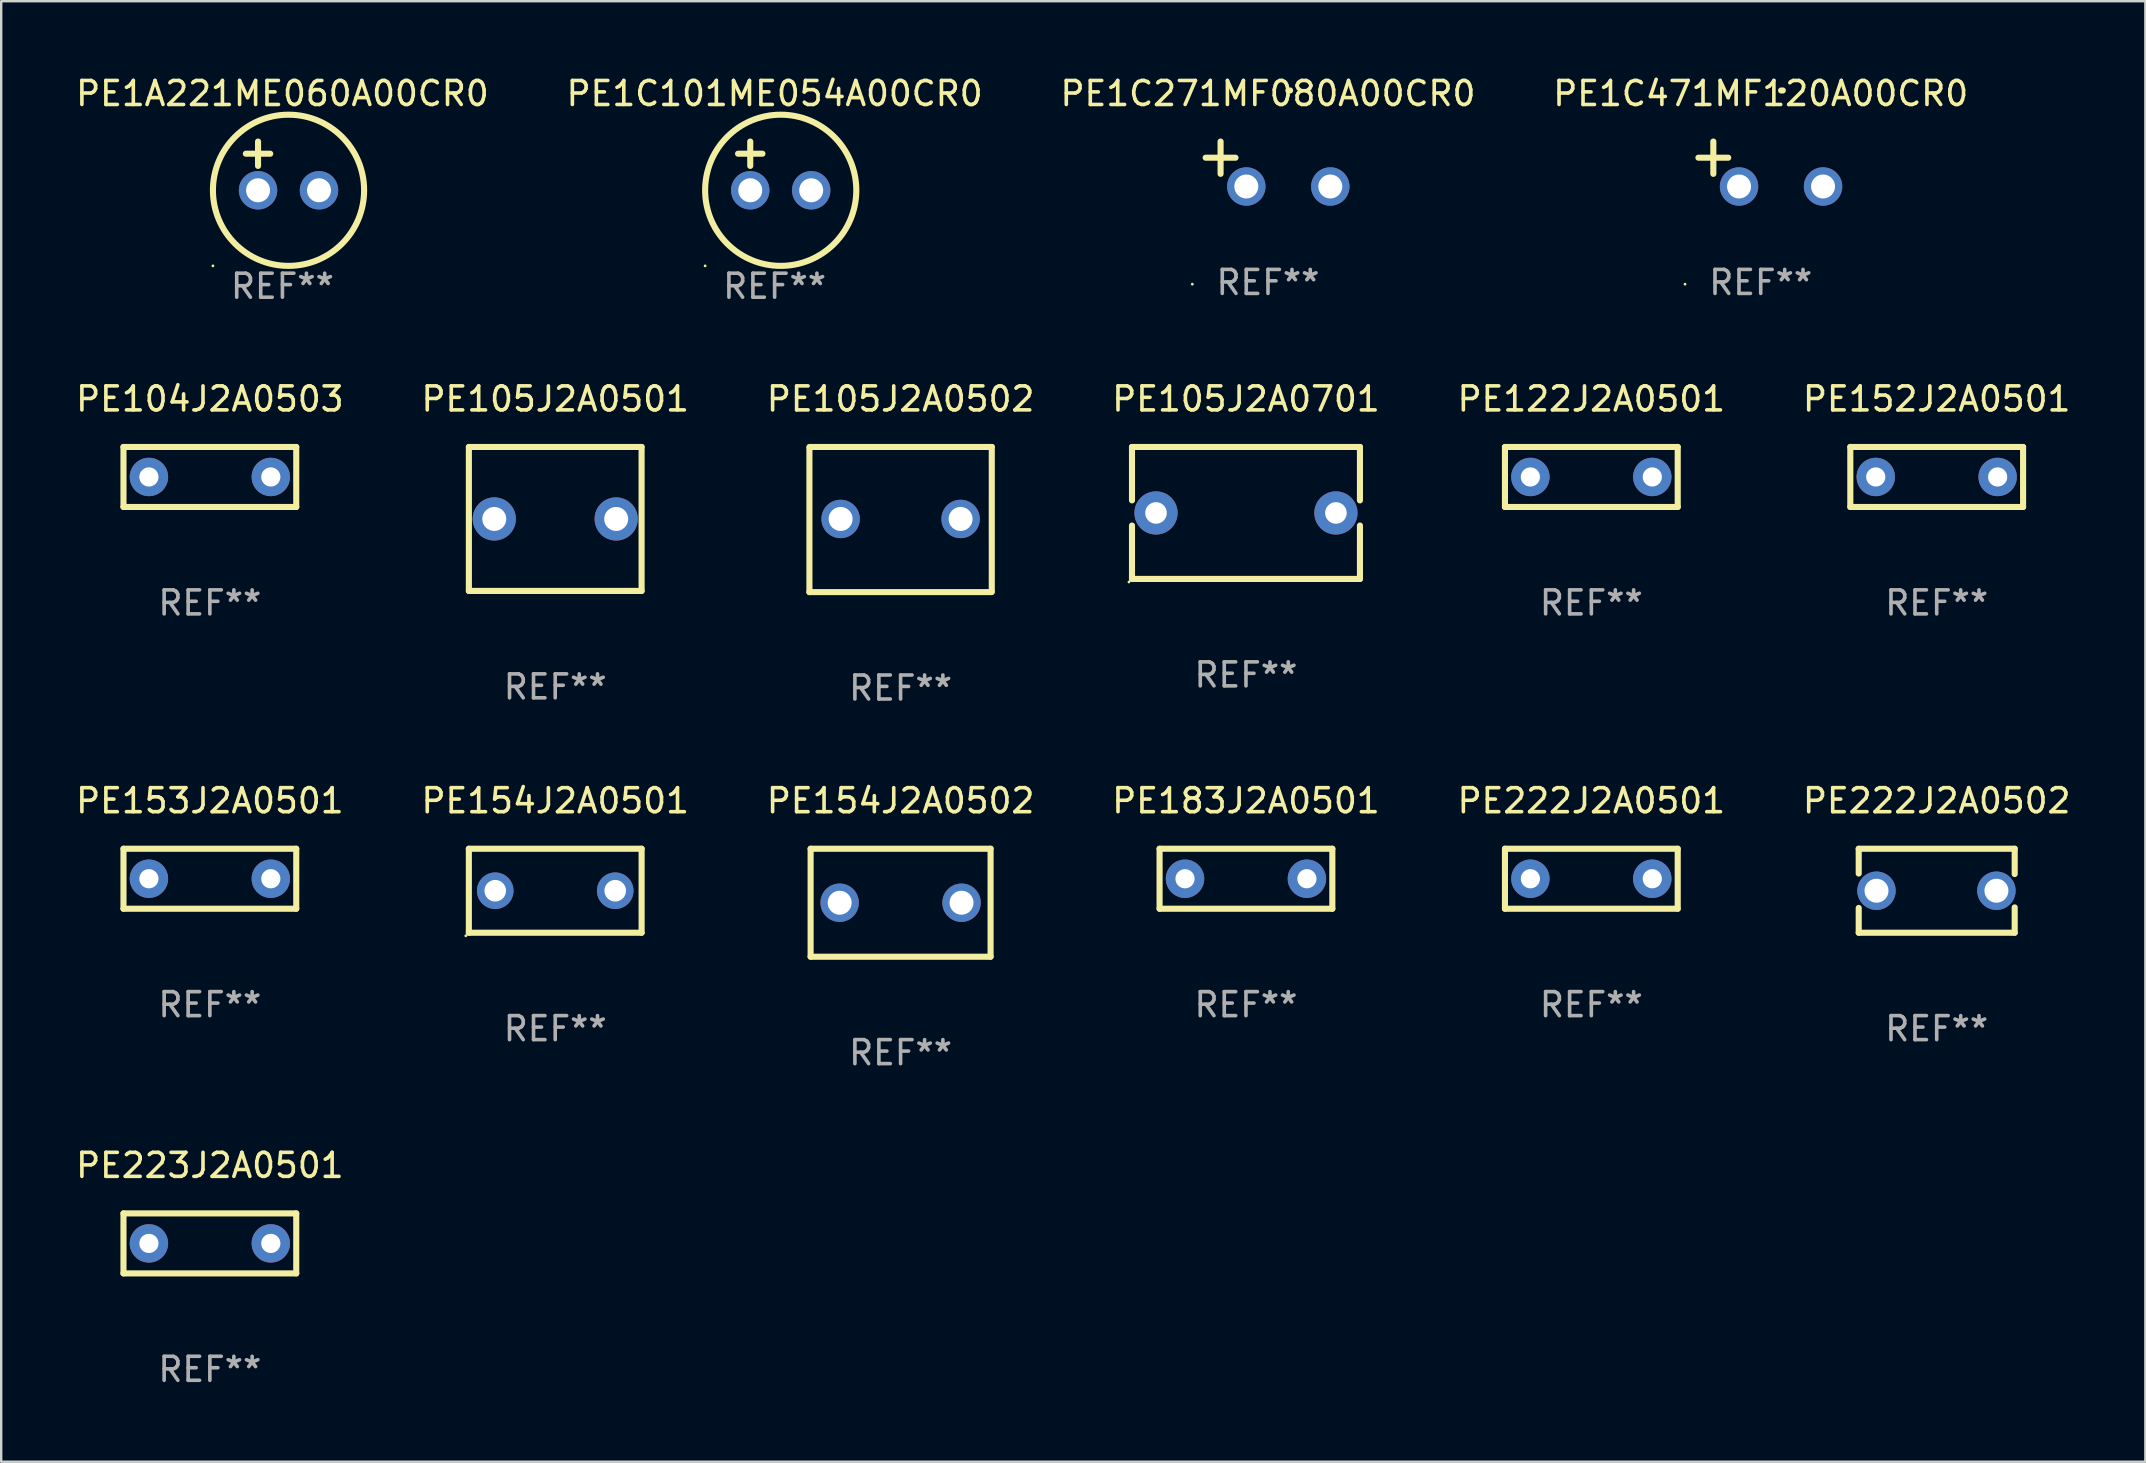
<source format=kicad_pcb>
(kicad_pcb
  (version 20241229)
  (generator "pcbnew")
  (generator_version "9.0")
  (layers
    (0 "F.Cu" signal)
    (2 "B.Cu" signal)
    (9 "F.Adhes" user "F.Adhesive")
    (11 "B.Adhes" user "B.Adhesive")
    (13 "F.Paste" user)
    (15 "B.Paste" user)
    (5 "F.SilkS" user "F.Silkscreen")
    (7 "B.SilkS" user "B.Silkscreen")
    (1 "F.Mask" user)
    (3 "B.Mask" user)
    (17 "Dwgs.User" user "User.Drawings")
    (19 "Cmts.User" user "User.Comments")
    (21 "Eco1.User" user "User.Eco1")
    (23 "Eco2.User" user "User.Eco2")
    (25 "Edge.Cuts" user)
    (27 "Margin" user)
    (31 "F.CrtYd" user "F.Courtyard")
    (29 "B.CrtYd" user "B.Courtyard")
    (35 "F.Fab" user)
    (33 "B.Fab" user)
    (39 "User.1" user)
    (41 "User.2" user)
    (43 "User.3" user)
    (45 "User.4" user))
  (footprint "PE1C101ME054A00CR0"
    (layer "F.Cu")
    (at 29.232 3.864)
    (property "Reference" "PE1C101ME054A00CR0" (at 0 -3.016 0) (layer "F.SilkS") (effects (font (size 1 1) (thickness 0.15))))
    (attr through_hole)
    (fp_line (start -1.524 -0.508) (end -0.508 -0.508) (stroke (width 0.254) (type solid)) (layer "F.SilkS"))
    (fp_line (start -1.016 -1.016) (end -1.016 0) (stroke (width 0.254) (type solid)) (layer "F.SilkS"))
    (fp_circle (center -2.896 4.166) (end -2.866 4.166) (stroke (width 0.06) (type solid)) (fill no) (layer "F.SilkS"))
    (fp_circle (center 0.254 1.016) (end 3.404 1.016) (stroke (width 0.254) (type solid)) (fill no) (layer "F.SilkS"))
    (fp_text user "REF**" (at 0 5.016 0) (layer "F.Fab") (effects (font (size 1 1) (thickness 0.15))))
    (pad "1" thru_hole circle (at -1.016 1.016) (size 1.6 1.6) (drill 1) (layers "*.Cu" "*.Mask"))
    (pad "2" thru_hole circle (at 1.524 1.016) (size 1.6 1.6) (drill 1) (layers "*.Cu" "*.Mask")))
  (footprint "PE105J2A0701"
    (layer "F.Cu")
    (at 48.875 18.327)
    (property "Reference" "PE105J2A0701" (at 0 -4.75 0) (layer "F.SilkS") (effects (font (size 1 1) (thickness 0.15))))
    (attr through_hole)
    (fp_line (start -4.75 -2.75) (end 4.75 -2.75) (stroke (width 0.254) (type solid)) (layer "F.SilkS"))
    (fp_line (start -4.75 -0.524) (end -4.75 -2.75) (stroke (width 0.254) (type solid)) (layer "F.SilkS"))
    (fp_line (start -4.75 2.75) (end -4.75 0.524) (stroke (width 0.254) (type solid)) (layer "F.SilkS"))
    (fp_line (start 4.75 -2.75) (end 4.75 -0.524) (stroke (width 0.254) (type solid)) (layer "F.SilkS"))
    (fp_line (start 4.75 0.524) (end 4.75 2.75) (stroke (width 0.254) (type solid)) (layer "F.SilkS"))
    (fp_line (start 4.75 2.75) (end -4.75 2.75) (stroke (width 0.254) (type solid)) (layer "F.SilkS"))
    (fp_circle (center -4.877 2.877) (end -4.847 2.877) (stroke (width 0.06) (type solid)) (fill no) (layer "F.SilkS"))
    (fp_text user "REF**" (at 0 6.75 0) (layer "F.Fab") (effects (font (size 1 1) (thickness 0.15))))
    (pad "1" thru_hole circle (at -3.749 0) (size 1.8 1.8) (drill 0.9) (layers "*.Cu" "*.Mask"))
    (pad "2" thru_hole circle (at 3.749 0) (size 1.8 1.8) (drill 0.9) (layers "*.Cu" "*.Mask")))
  (footprint "PE222J2A0501"
    (layer "F.Cu")
    (at 63.268 33.571)
    (property "Reference" "PE222J2A0501" (at 0 -3.25 0) (layer "F.SilkS") (effects (font (size 1 1) (thickness 0.15))))
    (attr through_hole)
    (fp_line (start -3.6 -1.25) (end -3.6 1.25) (stroke (width 0.254) (type solid)) (layer "F.SilkS"))
    (fp_line (start -3.6 -1.25) (end 3.6 -1.25) (stroke (width 0.254) (type solid)) (layer "F.SilkS"))
    (fp_line (start 3.6 1.25) (end -3.6 1.25) (stroke (width 0.254) (type solid)) (layer "F.SilkS"))
    (fp_line (start 3.6 1.25) (end 3.6 -1.25) (stroke (width 0.254) (type solid)) (layer "F.SilkS"))
    (fp_circle (center -3.6 1.25) (end -3.57 1.25) (stroke (width 0.06) (type solid)) (fill no) (layer "F.SilkS"))
    (fp_text user "REF**" (at 0 5.25 0) (layer "F.Fab") (effects (font (size 1 1) (thickness 0.15))))
    (pad "1" thru_hole circle (at -2.54 0) (size 1.6 1.6) (drill 0.8) (layers "*.Cu" "*.Mask"))
    (pad "2" thru_hole circle (at 2.54 0) (size 1.6 1.6) (drill 0.8) (layers "*.Cu" "*.Mask")))
  (footprint "PE1C471MF120A00CR0"
    (layer "F.Cu")
    (at 70.327 3.785)
    (property "Reference" "PE1C471MF120A00CR0" (at 0 -2.937 0) (layer "F.SilkS") (effects (font (size 1 1) (thickness 0.15))))
    (attr through_hole)
    (fp_line (start -1.975 0.41) (end -1.975 -0.937) (stroke (width 0.254) (type solid)) (layer "F.SilkS"))
    (fp_line (start -1.353 -0.263) (end -2.597 -0.263) (stroke (width 0.254) (type solid)) (layer "F.SilkS"))
    (fp_arc (start 0.849809 -3.063957) (mid 0.885369 -3.064114) (end 0.920929 -3.063957) (stroke (width 0.254001) (type solid)) (layer "F.SilkS"))
    (fp_circle (center -3.154 5.008) (end -3.124 5.008) (stroke (width 0.06) (type solid)) (fill no) (layer "F.SilkS"))
    (fp_text user "REF**" (at 0 4.937 0) (layer "F.Fab") (effects (font (size 1 1) (thickness 0.15))))
    (pad "1" thru_hole circle (at -0.903 0.937) (size 1.6 1.6) (drill 1) (layers "*.Cu" "*.Mask"))
    (pad "2" thru_hole circle (at 2.597 0.937) (size 1.6 1.6) (drill 1) (layers "*.Cu" "*.Mask")))
  (footprint "PE154J2A0501"
    (layer "F.Cu")
    (at 20.089 34.071)
    (property "Reference" "PE154J2A0501" (at 0 -3.75 0) (layer "F.SilkS") (effects (font (size 1 1) (thickness 0.15))))
    (attr through_hole)
    (fp_line (start -3.6 -1.75) (end 3.6 -1.75) (stroke (width 0.254) (type solid)) (layer "F.SilkS"))
    (fp_line (start -3.6 1.75) (end -3.6 -1.75) (stroke (width 0.254) (type solid)) (layer "F.SilkS"))
    (fp_line (start 3.6 -1.75) (end 3.6 1.75) (stroke (width 0.254) (type solid)) (layer "F.SilkS"))
    (fp_line (start 3.6 1.75) (end -3.6 1.75) (stroke (width 0.254) (type solid)) (layer "F.SilkS"))
    (fp_circle (center -3.727 1.877) (end -3.697 1.877) (stroke (width 0.06) (type solid)) (fill no) (layer "F.SilkS"))
    (fp_text user "REF**" (at 0 5.75 0) (layer "F.Fab") (effects (font (size 1 1) (thickness 0.15))))
    (pad "1" thru_hole circle (at -2.5 0) (size 1.524 1.524) (drill 0.9) (layers "*.Cu" "*.Mask"))
    (pad "2" thru_hole circle (at 2.5 0) (size 1.524 1.524) (drill 0.9) (layers "*.Cu" "*.Mask")))
  (footprint "PE183J2A0501"
    (layer "F.Cu")
    (at 48.875 33.571)
    (property "Reference" "PE183J2A0501" (at 0 -3.25 0) (layer "F.SilkS") (effects (font (size 1 1) (thickness 0.15))))
    (attr through_hole)
    (fp_line (start -3.6 -1.25) (end -3.6 1.25) (stroke (width 0.254) (type solid)) (layer "F.SilkS"))
    (fp_line (start -3.6 -1.25) (end 3.6 -1.25) (stroke (width 0.254) (type solid)) (layer "F.SilkS"))
    (fp_line (start 3.6 1.25) (end -3.6 1.25) (stroke (width 0.254) (type solid)) (layer "F.SilkS"))
    (fp_line (start 3.6 1.25) (end 3.6 -1.25) (stroke (width 0.254) (type solid)) (layer "F.SilkS"))
    (fp_circle (center -3.6 1.25) (end -3.57 1.25) (stroke (width 0.06) (type solid)) (fill no) (layer "F.SilkS"))
    (fp_text user "REF**" (at 0 5.25 0) (layer "F.Fab") (effects (font (size 1 1) (thickness 0.15))))
    (pad "1" thru_hole circle (at -2.54 0) (size 1.6 1.6) (drill 0.8) (layers "*.Cu" "*.Mask"))
    (pad "2" thru_hole circle (at 2.54 0) (size 1.6 1.6) (drill 0.8) (layers "*.Cu" "*.Mask")))
  (footprint "PE152J2A0501"
    (layer "F.Cu")
    (at 77.661 16.827)
    (property "Reference" "PE152J2A0501" (at 0 -3.25 0) (layer "F.SilkS") (effects (font (size 1 1) (thickness 0.15))))
    (attr through_hole)
    (fp_line (start -3.6 -1.25) (end -3.6 1.25) (stroke (width 0.254) (type solid)) (layer "F.SilkS"))
    (fp_line (start -3.6 -1.25) (end 3.6 -1.25) (stroke (width 0.254) (type solid)) (layer "F.SilkS"))
    (fp_line (start 3.6 1.25) (end -3.6 1.25) (stroke (width 0.254) (type solid)) (layer "F.SilkS"))
    (fp_line (start 3.6 1.25) (end 3.6 -1.25) (stroke (width 0.254) (type solid)) (layer "F.SilkS"))
    (fp_circle (center -3.6 1.25) (end -3.57 1.25) (stroke (width 0.06) (type solid)) (fill no) (layer "F.SilkS"))
    (fp_text user "REF**" (at 0 5.25 0) (layer "F.Fab") (effects (font (size 1 1) (thickness 0.15))))
    (pad "1" thru_hole circle (at -2.54 0) (size 1.6 1.6) (drill 0.8) (layers "*.Cu" "*.Mask"))
    (pad "2" thru_hole circle (at 2.54 0) (size 1.6 1.6) (drill 0.8) (layers "*.Cu" "*.Mask")))
  (footprint "PE1A221ME060A00CR0"
    (layer "F.Cu")
    (at 8.72 3.864)
    (property "Reference" "PE1A221ME060A00CR0" (at 0 -3.016 0) (layer "F.SilkS") (effects (font (size 1 1) (thickness 0.15))))
    (attr through_hole)
    (fp_line (start -1.524 -0.508) (end -0.508 -0.508) (stroke (width 0.254) (type solid)) (layer "F.SilkS"))
    (fp_line (start -1.016 -1.016) (end -1.016 0) (stroke (width 0.254) (type solid)) (layer "F.SilkS"))
    (fp_circle (center -2.896 4.166) (end -2.866 4.166) (stroke (width 0.06) (type solid)) (fill no) (layer "F.SilkS"))
    (fp_circle (center 0.254 1.016) (end 3.404 1.016) (stroke (width 0.254) (type solid)) (fill no) (layer "F.SilkS"))
    (fp_text user "REF**" (at 0 5.016 0) (layer "F.Fab") (effects (font (size 1 1) (thickness 0.15))))
    (pad "1" thru_hole circle (at -1.016 1.016) (size 1.6 1.6) (drill 1) (layers "*.Cu" "*.Mask"))
    (pad "2" thru_hole circle (at 1.524 1.016) (size 1.6 1.6) (drill 1) (layers "*.Cu" "*.Mask")))
  (footprint "PE122J2A0501"
    (layer "F.Cu")
    (at 63.268 16.827)
    (property "Reference" "PE122J2A0501" (at 0 -3.25 0) (layer "F.SilkS") (effects (font (size 1 1) (thickness 0.15))))
    (attr through_hole)
    (fp_line (start -3.6 -1.25) (end -3.6 1.25) (stroke (width 0.254) (type solid)) (layer "F.SilkS"))
    (fp_line (start -3.6 -1.25) (end 3.6 -1.25) (stroke (width 0.254) (type solid)) (layer "F.SilkS"))
    (fp_line (start 3.6 1.25) (end -3.6 1.25) (stroke (width 0.254) (type solid)) (layer "F.SilkS"))
    (fp_line (start 3.6 1.25) (end 3.6 -1.25) (stroke (width 0.254) (type solid)) (layer "F.SilkS"))
    (fp_circle (center -3.6 1.25) (end -3.57 1.25) (stroke (width 0.06) (type solid)) (fill no) (layer "F.SilkS"))
    (fp_text user "REF**" (at 0 5.25 0) (layer "F.Fab") (effects (font (size 1 1) (thickness 0.15))))
    (pad "1" thru_hole circle (at -2.54 0) (size 1.6 1.6) (drill 0.8) (layers "*.Cu" "*.Mask"))
    (pad "2" thru_hole circle (at 2.54 0) (size 1.6 1.6) (drill 0.8) (layers "*.Cu" "*.Mask")))
  (footprint "PE153J2A0501"
    (layer "F.Cu")
    (at 5.696 33.571)
    (property "Reference" "PE153J2A0501" (at 0 -3.25 0) (layer "F.SilkS") (effects (font (size 1 1) (thickness 0.15))))
    (attr through_hole)
    (fp_line (start -3.6 -1.25) (end -3.6 1.25) (stroke (width 0.254) (type solid)) (layer "F.SilkS"))
    (fp_line (start -3.6 -1.25) (end 3.6 -1.25) (stroke (width 0.254) (type solid)) (layer "F.SilkS"))
    (fp_line (start 3.6 1.25) (end -3.6 1.25) (stroke (width 0.254) (type solid)) (layer "F.SilkS"))
    (fp_line (start 3.6 1.25) (end 3.6 -1.25) (stroke (width 0.254) (type solid)) (layer "F.SilkS"))
    (fp_circle (center -3.6 1.25) (end -3.57 1.25) (stroke (width 0.06) (type solid)) (fill no) (layer "F.SilkS"))
    (fp_text user "REF**" (at 0 5.25 0) (layer "F.Fab") (effects (font (size 1 1) (thickness 0.15))))
    (pad "1" thru_hole circle (at -2.54 0) (size 1.6 1.6) (drill 0.8) (layers "*.Cu" "*.Mask"))
    (pad "2" thru_hole circle (at 2.54 0) (size 1.6 1.6) (drill 0.8) (layers "*.Cu" "*.Mask")))
  (footprint "PE222J2A0502"
    (layer "F.Cu")
    (at 77.661 34.071)
    (property "Reference" "PE222J2A0502" (at 0 -3.75 0) (layer "F.SilkS") (effects (font (size 1 1) (thickness 0.15))))
    (attr through_hole)
    (fp_line (start -3.25 -1.75) (end -3.25 -0.716) (stroke (width 0.254) (type solid)) (layer "F.SilkS"))
    (fp_line (start -3.25 -1.75) (end 3.25 -1.75) (stroke (width 0.254) (type solid)) (layer "F.SilkS"))
    (fp_line (start -3.25 0.716) (end -3.25 1.75) (stroke (width 0.254) (type solid)) (layer "F.SilkS"))
    (fp_line (start 3.25 -1.75) (end 3.25 -0.695) (stroke (width 0.254) (type solid)) (layer "F.SilkS"))
    (fp_line (start 3.25 0.695) (end 3.25 1.75) (stroke (width 0.254) (type solid)) (layer "F.SilkS"))
    (fp_line (start 3.25 1.75) (end -3.25 1.75) (stroke (width 0.254) (type solid)) (layer "F.SilkS"))
    (fp_circle (center -3.26 1.75) (end -3.23 1.75) (stroke (width 0.06) (type solid)) (fill no) (layer "F.SilkS"))
    (fp_text user "REF**" (at 0 5.75 0) (layer "F.Fab") (effects (font (size 1 1) (thickness 0.15))))
    (pad "1" thru_hole circle (at -2.509 0) (size 1.6 1.6) (drill 1) (layers "*.Cu" "*.Mask"))
    (pad "2" thru_hole circle (at 2.489 0) (size 1.6 1.6) (drill 1) (layers "*.Cu" "*.Mask")))
  (footprint "PE105J2A0501"
    (layer "F.Cu")
    (at 20.089 18.577)
    (property "Reference" "PE105J2A0501" (at 0 -5 0) (layer "F.SilkS") (effects (font (size 1 1) (thickness 0.15))))
    (attr through_hole)
    (fp_line (start -3.599 -3) (end -3.599 3) (stroke (width 0.254) (type solid)) (layer "F.SilkS"))
    (fp_line (start -3.599 -3) (end 3.599 -3) (stroke (width 0.254) (type solid)) (layer "F.SilkS"))
    (fp_line (start 3.599 3) (end -3.599 3) (stroke (width 0.254) (type solid)) (layer "F.SilkS"))
    (fp_line (start 3.599 3) (end 3.599 -3) (stroke (width 0.254) (type solid)) (layer "F.SilkS"))
    (fp_circle (center -3.6 3) (end -3.57 3) (stroke (width 0.06) (type solid)) (fill no) (layer "F.SilkS"))
    (fp_text user "REF**" (at 0 7 0) (layer "F.Fab") (effects (font (size 1 1) (thickness 0.15))))
    (pad "1" thru_hole circle (at -2.54 0) (size 1.8 1.8) (drill 1) (layers "*.Cu" "*.Mask"))
    (pad "2" thru_hole circle (at 2.54 0) (size 1.8 1.8) (drill 1) (layers "*.Cu" "*.Mask")))
  (footprint "PE104J2A0503"
    (layer "F.Cu")
    (at 5.696 16.827)
    (property "Reference" "PE104J2A0503" (at 0 -3.25 0) (layer "F.SilkS") (effects (font (size 1 1) (thickness 0.15))))
    (attr through_hole)
    (fp_line (start -3.6 -1.25) (end -3.6 1.25) (stroke (width 0.254) (type solid)) (layer "F.SilkS"))
    (fp_line (start -3.6 -1.25) (end 3.6 -1.25) (stroke (width 0.254) (type solid)) (layer "F.SilkS"))
    (fp_line (start 3.6 1.25) (end -3.6 1.25) (stroke (width 0.254) (type solid)) (layer "F.SilkS"))
    (fp_line (start 3.6 1.25) (end 3.6 -1.25) (stroke (width 0.254) (type solid)) (layer "F.SilkS"))
    (fp_circle (center -3.6 1.25) (end -3.57 1.25) (stroke (width 0.06) (type solid)) (fill no) (layer "F.SilkS"))
    (fp_text user "REF**" (at 0 5.25 0) (layer "F.Fab") (effects (font (size 1 1) (thickness 0.15))))
    (pad "1" thru_hole circle (at -2.54 0) (size 1.6 1.6) (drill 0.8) (layers "*.Cu" "*.Mask"))
    (pad "2" thru_hole circle (at 2.54 0) (size 1.6 1.6) (drill 0.8) (layers "*.Cu" "*.Mask")))
  (footprint "PE154J2A0502"
    (layer "F.Cu")
    (at 34.482 34.571)
    (property "Reference" "PE154J2A0502" (at 0 -4.25 0) (layer "F.SilkS") (effects (font (size 1 1) (thickness 0.15))))
    (attr through_hole)
    (fp_line (start -3.75 -2.25) (end -3.75 2.25) (stroke (width 0.254) (type solid)) (layer "F.SilkS"))
    (fp_line (start -3.75 -2.25) (end 3.75 -2.25) (stroke (width 0.254) (type solid)) (layer "F.SilkS"))
    (fp_line (start 3.75 -2.25) (end 3.75 2.25) (stroke (width 0.254) (type solid)) (layer "F.SilkS"))
    (fp_line (start 3.75 2.25) (end -3.75 2.25) (stroke (width 0.254) (type solid)) (layer "F.SilkS"))
    (fp_circle (center -3.75 2.25) (end -3.72 2.25) (stroke (width 0.06) (type solid)) (fill no) (layer "F.SilkS"))
    (fp_text user "REF**" (at 0 6.25 0) (layer "F.Fab") (effects (font (size 1 1) (thickness 0.15))))
    (pad "1" thru_hole circle (at -2.54 0) (size 1.6 1.6) (drill 1) (layers "*.Cu" "*.Mask"))
    (pad "2" thru_hole circle (at 2.54 0) (size 1.6 1.6) (drill 1) (layers "*.Cu" "*.Mask")))
  (footprint "PE105J2A0502"
    (layer "F.Cu")
    (at 34.482 18.601)
    (property "Reference" "PE105J2A0502" (at 0 -5.024 0) (layer "F.SilkS") (effects (font (size 1 1) (thickness 0.15))))
    (attr through_hole)
    (fp_line (start -3.8 -3.024) (end 3.8 -3.024) (stroke (width 0.254) (type solid)) (layer "F.SilkS"))
    (fp_line (start -3.8 3.024) (end -3.8 -2.976) (stroke (width 0.254) (type solid)) (layer "F.SilkS"))
    (fp_line (start 3.8 -3.024) (end 3.8 2.976) (stroke (width 0.254) (type solid)) (layer "F.SilkS"))
    (fp_line (start 3.8 3.024) (end -3.8 3.024) (stroke (width 0.254) (type solid)) (layer "F.SilkS"))
    (fp_circle (center -3.75 2.976) (end -3.72 2.976) (stroke (width 0.06) (type solid)) (fill no) (layer "F.SilkS"))
    (fp_text user "REF**" (at 0 7.024 0) (layer "F.Fab") (effects (font (size 1 1) (thickness 0.15))))
    (pad "1" thru_hole circle (at -2.5 -0.024) (size 1.6 1.6) (drill 1) (layers "*.Cu" "*.Mask"))
    (pad "2" thru_hole circle (at 2.5 -0.024) (size 1.6 1.6) (drill 1) (layers "*.Cu" "*.Mask")))
  (footprint "PE1C271MF080A00CR0"
    (layer "F.Cu")
    (at 49.792 3.785)
    (property "Reference" "PE1C271MF080A00CR0" (at 0 -2.937 0) (layer "F.SilkS") (effects (font (size 1 1) (thickness 0.15))))
    (attr through_hole)
    (fp_line (start -1.975 0.41) (end -1.975 -0.937) (stroke (width 0.254) (type solid)) (layer "F.SilkS"))
    (fp_line (start -1.353 -0.263) (end -2.597 -0.263) (stroke (width 0.254) (type solid)) (layer "F.SilkS"))
    (fp_arc (start 0.849809 -3.063957) (mid 0.885369 -3.064114) (end 0.920929 -3.063957) (stroke (width 0.254001) (type solid)) (layer "F.SilkS"))
    (fp_circle (center -3.154 5.008) (end -3.124 5.008) (stroke (width 0.06) (type solid)) (fill no) (layer "F.SilkS"))
    (fp_text user "REF**" (at 0 4.937 0) (layer "F.Fab") (effects (font (size 1 1) (thickness 0.15))))
    (pad "1" thru_hole circle (at -0.903 0.937) (size 1.6 1.6) (drill 1) (layers "*.Cu" "*.Mask"))
    (pad "2" thru_hole circle (at 2.597 0.937) (size 1.6 1.6) (drill 1) (layers "*.Cu" "*.Mask")))
  (footprint "PE223J2A0501"
    (layer "F.Cu")
    (at 5.696 48.768)
    (property "Reference" "PE223J2A0501" (at 0 -3.25 0) (layer "F.SilkS") (effects (font (size 1 1) (thickness 0.15))))
    (attr through_hole)
    (fp_line (start -3.6 -1.25) (end -3.6 1.25) (stroke (width 0.254) (type solid)) (layer "F.SilkS"))
    (fp_line (start -3.6 -1.25) (end 3.6 -1.25) (stroke (width 0.254) (type solid)) (layer "F.SilkS"))
    (fp_line (start 3.6 1.25) (end -3.6 1.25) (stroke (width 0.254) (type solid)) (layer "F.SilkS"))
    (fp_line (start 3.6 1.25) (end 3.6 -1.25) (stroke (width 0.254) (type solid)) (layer "F.SilkS"))
    (fp_circle (center -3.6 1.25) (end -3.57 1.25) (stroke (width 0.06) (type solid)) (fill no) (layer "F.SilkS"))
    (fp_text user "REF**" (at 0 5.25 0) (layer "F.Fab") (effects (font (size 1 1) (thickness 0.15))))
    (pad "1" thru_hole circle (at -2.54 0) (size 1.6 1.6) (drill 0.8) (layers "*.Cu" "*.Mask"))
    (pad "2" thru_hole circle (at 2.54 0) (size 1.6 1.6) (drill 0.8) (layers "*.Cu" "*.Mask")))
  (gr_rect
    (start -3 -3)
    (end 86.357 57.866)
    (stroke (width 0.1) (type default))
    (fill no)
    (layer "Edge.Cuts")))
</source>
